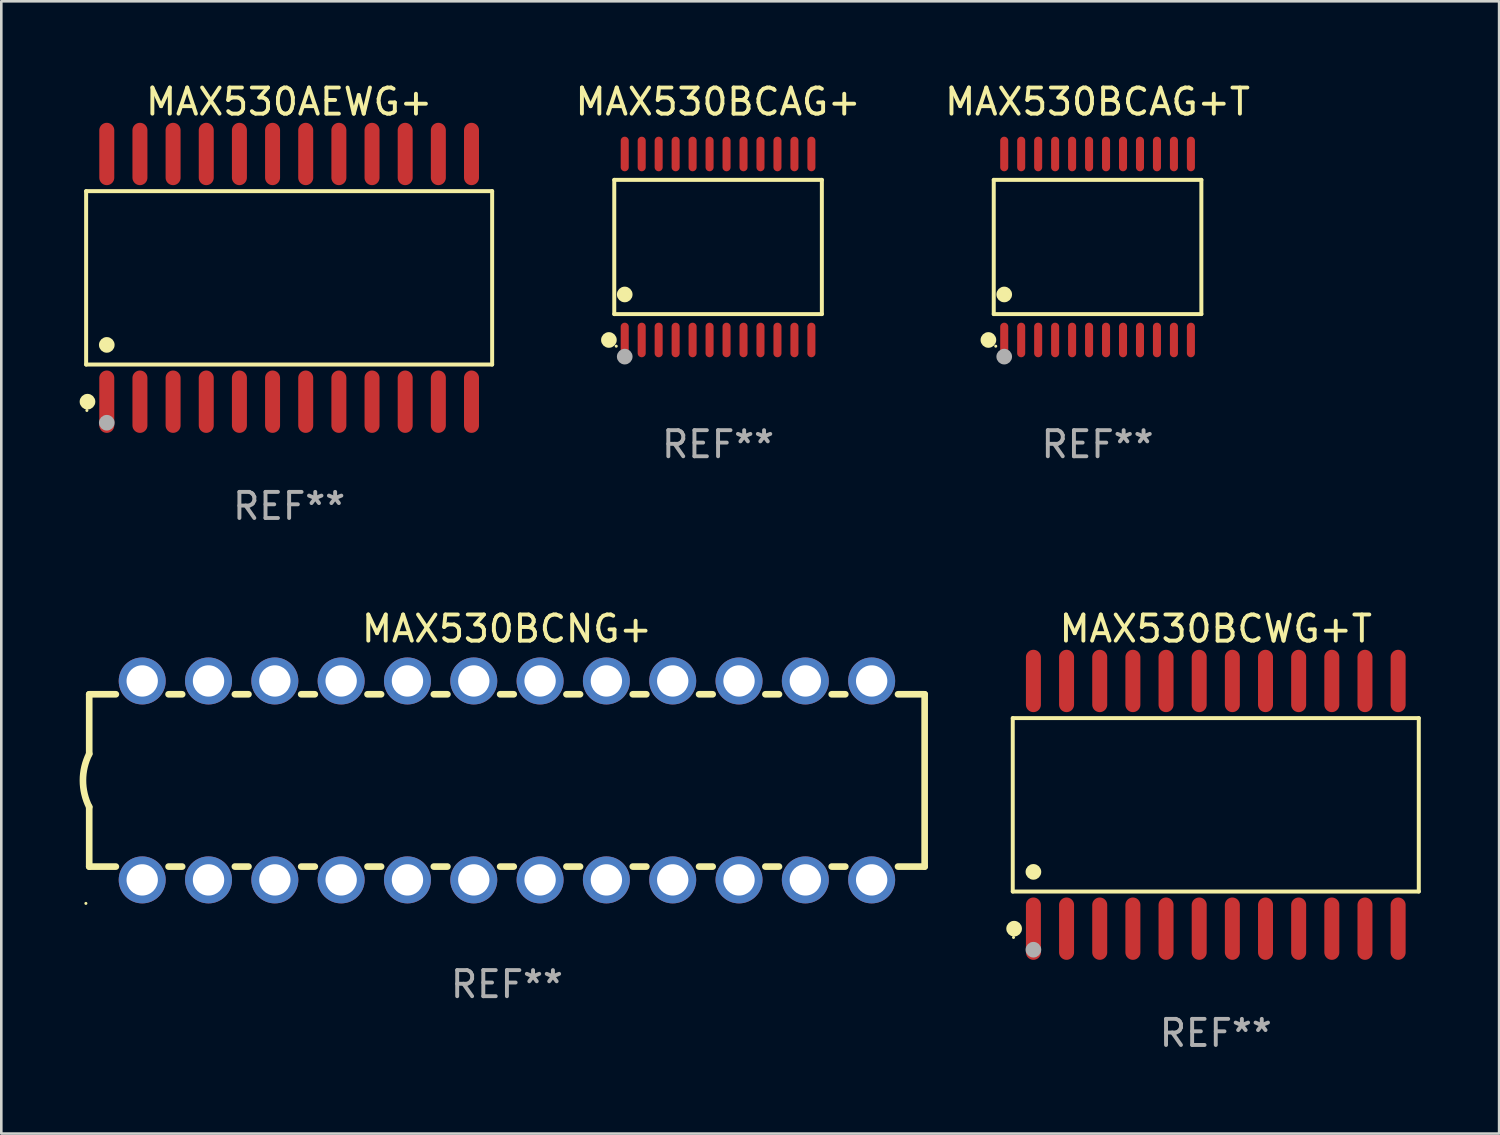
<source format=kicad_pcb>
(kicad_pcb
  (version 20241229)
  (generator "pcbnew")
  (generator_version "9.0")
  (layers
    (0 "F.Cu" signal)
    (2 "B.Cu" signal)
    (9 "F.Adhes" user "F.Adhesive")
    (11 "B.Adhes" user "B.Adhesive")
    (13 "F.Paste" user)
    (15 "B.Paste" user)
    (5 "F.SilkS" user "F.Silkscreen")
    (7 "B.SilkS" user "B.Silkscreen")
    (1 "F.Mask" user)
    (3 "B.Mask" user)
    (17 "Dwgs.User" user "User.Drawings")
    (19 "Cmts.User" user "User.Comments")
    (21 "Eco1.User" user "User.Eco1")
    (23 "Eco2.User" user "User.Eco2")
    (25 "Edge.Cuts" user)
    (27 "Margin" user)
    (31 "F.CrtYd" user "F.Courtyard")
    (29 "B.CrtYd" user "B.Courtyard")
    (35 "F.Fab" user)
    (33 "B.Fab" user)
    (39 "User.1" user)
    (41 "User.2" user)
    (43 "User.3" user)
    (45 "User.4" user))
  (footprint "MAX530BCAG+"
    (layer "F.Cu")
    (at 24.454 6.41)
    (property "Reference" "MAX530BCAG+" (at 0 -5.562 0) (layer "F.SilkS") (effects (font (size 1 1) (thickness 0.15))))
    (attr through_hole)
    (fp_line (start -3.976 -2.571) (end 3.976 -2.571) (stroke (width 0.152) (type solid)) (layer "F.SilkS"))
    (fp_line (start -3.976 2.571) (end -3.976 -2.571) (stroke (width 0.152) (type solid)) (layer "F.SilkS"))
    (fp_line (start 3.976 -2.571) (end 3.976 2.571) (stroke (width 0.152) (type solid)) (layer "F.SilkS"))
    (fp_line (start 3.976 2.571) (end -3.976 2.571) (stroke (width 0.152) (type solid)) (layer "F.SilkS"))
    (fp_circle (center -4.181 3.562) (end -4.031 3.562) (stroke (width 0.3) (type solid)) (fill no) (layer "F.SilkS"))
    (fp_circle (center -3.9 3.8) (end -3.87 3.8) (stroke (width 0.06) (type solid)) (fill no) (layer "F.SilkS"))
    (fp_circle (center -3.575 1.819) (end -3.425 1.819) (stroke (width 0.3) (type solid)) (fill no) (layer "F.SilkS"))
    (fp_circle (center -3.575 4.2) (end -3.425 4.2) (stroke (width 0.3) (type solid)) (fill no) (layer "F.Fab"))
    (fp_text user "REF**" (at 0 7.562 0) (layer "F.Fab") (effects (font (size 1 1) (thickness 0.15))))
    (pad "1" smd oval (at -3.575 3.562) (size 0.308 1.324) (layers "F.Cu" "F.Mask" "F.Paste"))
    (pad "2" smd oval (at -2.925 3.562) (size 0.308 1.324) (layers "F.Cu" "F.Mask" "F.Paste"))
    (pad "3" smd oval (at -2.275 3.562) (size 0.308 1.324) (layers "F.Cu" "F.Mask" "F.Paste"))
    (pad "4" smd oval (at -1.625 3.562) (size 0.308 1.324) (layers "F.Cu" "F.Mask" "F.Paste"))
    (pad "5" smd oval (at -0.975 3.562) (size 0.308 1.324) (layers "F.Cu" "F.Mask" "F.Paste"))
    (pad "6" smd oval (at -0.325 3.562) (size 0.308 1.324) (layers "F.Cu" "F.Mask" "F.Paste"))
    (pad "7" smd oval (at 0.325 3.562) (size 0.308 1.324) (layers "F.Cu" "F.Mask" "F.Paste"))
    (pad "8" smd oval (at 0.975 3.562) (size 0.308 1.324) (layers "F.Cu" "F.Mask" "F.Paste"))
    (pad "9" smd oval (at 1.625 3.562) (size 0.308 1.324) (layers "F.Cu" "F.Mask" "F.Paste"))
    (pad "10" smd oval (at 2.275 3.562) (size 0.308 1.324) (layers "F.Cu" "F.Mask" "F.Paste"))
    (pad "11" smd oval (at 2.925 3.562) (size 0.308 1.324) (layers "F.Cu" "F.Mask" "F.Paste"))
    (pad "12" smd oval (at 3.575 3.562) (size 0.308 1.324) (layers "F.Cu" "F.Mask" "F.Paste"))
    (pad "13" smd oval (at 3.575 -3.562) (size 0.308 1.324) (layers "F.Cu" "F.Mask" "F.Paste"))
    (pad "14" smd oval (at 2.925 -3.562) (size 0.308 1.324) (layers "F.Cu" "F.Mask" "F.Paste"))
    (pad "15" smd oval (at 2.275 -3.562) (size 0.308 1.324) (layers "F.Cu" "F.Mask" "F.Paste"))
    (pad "16" smd oval (at 1.625 -3.562) (size 0.308 1.324) (layers "F.Cu" "F.Mask" "F.Paste"))
    (pad "17" smd oval (at 0.975 -3.562) (size 0.308 1.324) (layers "F.Cu" "F.Mask" "F.Paste"))
    (pad "18" smd oval (at 0.325 -3.562) (size 0.308 1.324) (layers "F.Cu" "F.Mask" "F.Paste"))
    (pad "19" smd oval (at -0.325 -3.562) (size 0.308 1.324) (layers "F.Cu" "F.Mask" "F.Paste"))
    (pad "20" smd oval (at -0.975 -3.562) (size 0.308 1.324) (layers "F.Cu" "F.Mask" "F.Paste"))
    (pad "21" smd oval (at -1.625 -3.562) (size 0.308 1.324) (layers "F.Cu" "F.Mask" "F.Paste"))
    (pad "22" smd oval (at -2.275 -3.562) (size 0.308 1.324) (layers "F.Cu" "F.Mask" "F.Paste"))
    (pad "23" smd oval (at -2.925 -3.562) (size 0.308 1.324) (layers "F.Cu" "F.Mask" "F.Paste"))
    (pad "24" smd oval (at -3.575 -3.562) (size 0.308 1.324) (layers "F.Cu" "F.Mask" "F.Paste")))
  (footprint "MAX530BCAG+T"
    (layer "F.Cu")
    (at 38.99 6.41)
    (property "Reference" "MAX530BCAG+T" (at 0 -5.562 0) (layer "F.SilkS") (effects (font (size 1 1) (thickness 0.15))))
    (attr through_hole)
    (fp_line (start -3.976 -2.571) (end 3.976 -2.571) (stroke (width 0.152) (type solid)) (layer "F.SilkS"))
    (fp_line (start -3.976 2.571) (end -3.976 -2.571) (stroke (width 0.152) (type solid)) (layer "F.SilkS"))
    (fp_line (start 3.976 -2.571) (end 3.976 2.571) (stroke (width 0.152) (type solid)) (layer "F.SilkS"))
    (fp_line (start 3.976 2.571) (end -3.976 2.571) (stroke (width 0.152) (type solid)) (layer "F.SilkS"))
    (fp_circle (center -4.181 3.562) (end -4.031 3.562) (stroke (width 0.3) (type solid)) (fill no) (layer "F.SilkS"))
    (fp_circle (center -3.9 3.8) (end -3.87 3.8) (stroke (width 0.06) (type solid)) (fill no) (layer "F.SilkS"))
    (fp_circle (center -3.575 1.819) (end -3.425 1.819) (stroke (width 0.3) (type solid)) (fill no) (layer "F.SilkS"))
    (fp_circle (center -3.575 4.2) (end -3.425 4.2) (stroke (width 0.3) (type solid)) (fill no) (layer "F.Fab"))
    (fp_text user "REF**" (at 0 7.562 0) (layer "F.Fab") (effects (font (size 1 1) (thickness 0.15))))
    (pad "1" smd oval (at -3.575 3.562) (size 0.308 1.324) (layers "F.Cu" "F.Mask" "F.Paste"))
    (pad "2" smd oval (at -2.925 3.562) (size 0.308 1.324) (layers "F.Cu" "F.Mask" "F.Paste"))
    (pad "3" smd oval (at -2.275 3.562) (size 0.308 1.324) (layers "F.Cu" "F.Mask" "F.Paste"))
    (pad "4" smd oval (at -1.625 3.562) (size 0.308 1.324) (layers "F.Cu" "F.Mask" "F.Paste"))
    (pad "5" smd oval (at -0.975 3.562) (size 0.308 1.324) (layers "F.Cu" "F.Mask" "F.Paste"))
    (pad "6" smd oval (at -0.325 3.562) (size 0.308 1.324) (layers "F.Cu" "F.Mask" "F.Paste"))
    (pad "7" smd oval (at 0.325 3.562) (size 0.308 1.324) (layers "F.Cu" "F.Mask" "F.Paste"))
    (pad "8" smd oval (at 0.975 3.562) (size 0.308 1.324) (layers "F.Cu" "F.Mask" "F.Paste"))
    (pad "9" smd oval (at 1.625 3.562) (size 0.308 1.324) (layers "F.Cu" "F.Mask" "F.Paste"))
    (pad "10" smd oval (at 2.275 3.562) (size 0.308 1.324) (layers "F.Cu" "F.Mask" "F.Paste"))
    (pad "11" smd oval (at 2.925 3.562) (size 0.308 1.324) (layers "F.Cu" "F.Mask" "F.Paste"))
    (pad "12" smd oval (at 3.575 3.562) (size 0.308 1.324) (layers "F.Cu" "F.Mask" "F.Paste"))
    (pad "13" smd oval (at 3.575 -3.562) (size 0.308 1.324) (layers "F.Cu" "F.Mask" "F.Paste"))
    (pad "14" smd oval (at 2.925 -3.562) (size 0.308 1.324) (layers "F.Cu" "F.Mask" "F.Paste"))
    (pad "15" smd oval (at 2.275 -3.562) (size 0.308 1.324) (layers "F.Cu" "F.Mask" "F.Paste"))
    (pad "16" smd oval (at 1.625 -3.562) (size 0.308 1.324) (layers "F.Cu" "F.Mask" "F.Paste"))
    (pad "17" smd oval (at 0.975 -3.562) (size 0.308 1.324) (layers "F.Cu" "F.Mask" "F.Paste"))
    (pad "18" smd oval (at 0.325 -3.562) (size 0.308 1.324) (layers "F.Cu" "F.Mask" "F.Paste"))
    (pad "19" smd oval (at -0.325 -3.562) (size 0.308 1.324) (layers "F.Cu" "F.Mask" "F.Paste"))
    (pad "20" smd oval (at -0.975 -3.562) (size 0.308 1.324) (layers "F.Cu" "F.Mask" "F.Paste"))
    (pad "21" smd oval (at -1.625 -3.562) (size 0.308 1.324) (layers "F.Cu" "F.Mask" "F.Paste"))
    (pad "22" smd oval (at -2.275 -3.562) (size 0.308 1.324) (layers "F.Cu" "F.Mask" "F.Paste"))
    (pad "23" smd oval (at -2.925 -3.562) (size 0.308 1.324) (layers "F.Cu" "F.Mask" "F.Paste"))
    (pad "24" smd oval (at -3.575 -3.562) (size 0.308 1.324) (layers "F.Cu" "F.Mask" "F.Paste")))
  (footprint "MAX530BCWG+T"
    (layer "F.Cu")
    (at 43.518 27.777)
    (property "Reference" "MAX530BCWG+T" (at 0 -6.744 0) (layer "F.SilkS") (effects (font (size 1 1) (thickness 0.15))))
    (attr through_hole)
    (fp_line (start -7.776 -3.321) (end 7.776 -3.321) (stroke (width 0.152) (type solid)) (layer "F.SilkS"))
    (fp_line (start -7.776 3.321) (end -7.776 -3.321) (stroke (width 0.152) (type solid)) (layer "F.SilkS"))
    (fp_line (start 7.776 -3.321) (end 7.776 3.321) (stroke (width 0.152) (type solid)) (layer "F.SilkS"))
    (fp_line (start 7.776 3.321) (end -7.776 3.321) (stroke (width 0.152) (type solid)) (layer "F.SilkS"))
    (fp_circle (center -7.747 5.08) (end -7.717 5.08) (stroke (width 0.06) (type solid)) (fill no) (layer "F.SilkS"))
    (fp_circle (center -7.724 4.744) (end -7.574 4.744) (stroke (width 0.3) (type solid)) (fill no) (layer "F.SilkS"))
    (fp_circle (center -6.985 2.569) (end -6.835 2.569) (stroke (width 0.3) (type solid)) (fill no) (layer "F.SilkS"))
    (fp_circle (center -6.985 5.55) (end -6.835 5.55) (stroke (width 0.3) (type solid)) (fill no) (layer "F.Fab"))
    (fp_text user "REF**" (at 0 8.744 0) (layer "F.Fab") (effects (font (size 1 1) (thickness 0.15))))
    (pad "1" smd oval (at -6.985 4.744) (size 0.574 2.388) (layers "F.Cu" "F.Mask" "F.Paste"))
    (pad "2" smd oval (at -5.715 4.744) (size 0.574 2.388) (layers "F.Cu" "F.Mask" "F.Paste"))
    (pad "3" smd oval (at -4.445 4.744) (size 0.574 2.388) (layers "F.Cu" "F.Mask" "F.Paste"))
    (pad "4" smd oval (at -3.175 4.744) (size 0.574 2.388) (layers "F.Cu" "F.Mask" "F.Paste"))
    (pad "5" smd oval (at -1.905 4.744) (size 0.574 2.388) (layers "F.Cu" "F.Mask" "F.Paste"))
    (pad "6" smd oval (at -0.635 4.744) (size 0.574 2.388) (layers "F.Cu" "F.Mask" "F.Paste"))
    (pad "7" smd oval (at 0.635 4.744) (size 0.574 2.388) (layers "F.Cu" "F.Mask" "F.Paste"))
    (pad "8" smd oval (at 1.905 4.744) (size 0.574 2.388) (layers "F.Cu" "F.Mask" "F.Paste"))
    (pad "9" smd oval (at 3.175 4.744) (size 0.574 2.388) (layers "F.Cu" "F.Mask" "F.Paste"))
    (pad "10" smd oval (at 4.445 4.744) (size 0.574 2.388) (layers "F.Cu" "F.Mask" "F.Paste"))
    (pad "11" smd oval (at 5.715 4.744) (size 0.574 2.388) (layers "F.Cu" "F.Mask" "F.Paste"))
    (pad "12" smd oval (at 6.985 4.744) (size 0.574 2.388) (layers "F.Cu" "F.Mask" "F.Paste"))
    (pad "13" smd oval (at 6.985 -4.744) (size 0.574 2.388) (layers "F.Cu" "F.Mask" "F.Paste"))
    (pad "14" smd oval (at 5.715 -4.744) (size 0.574 2.388) (layers "F.Cu" "F.Mask" "F.Paste"))
    (pad "15" smd oval (at 4.445 -4.744) (size 0.574 2.388) (layers "F.Cu" "F.Mask" "F.Paste"))
    (pad "16" smd oval (at 3.175 -4.744) (size 0.574 2.388) (layers "F.Cu" "F.Mask" "F.Paste"))
    (pad "17" smd oval (at 1.905 -4.744) (size 0.574 2.388) (layers "F.Cu" "F.Mask" "F.Paste"))
    (pad "18" smd oval (at 0.635 -4.744) (size 0.574 2.388) (layers "F.Cu" "F.Mask" "F.Paste"))
    (pad "19" smd oval (at -0.635 -4.744) (size 0.574 2.388) (layers "F.Cu" "F.Mask" "F.Paste"))
    (pad "20" smd oval (at -1.905 -4.744) (size 0.574 2.388) (layers "F.Cu" "F.Mask" "F.Paste"))
    (pad "21" smd oval (at -3.175 -4.744) (size 0.574 2.388) (layers "F.Cu" "F.Mask" "F.Paste"))
    (pad "22" smd oval (at -4.445 -4.744) (size 0.574 2.388) (layers "F.Cu" "F.Mask" "F.Paste"))
    (pad "23" smd oval (at -5.715 -4.744) (size 0.574 2.388) (layers "F.Cu" "F.Mask" "F.Paste"))
    (pad "24" smd oval (at -6.985 -4.744) (size 0.574 2.388) (layers "F.Cu" "F.Mask" "F.Paste")))
  (footprint "MAX530AEWG+"
    (layer "F.Cu")
    (at 8.025 7.592)
    (property "Reference" "MAX530AEWG+" (at 0 -6.744 0) (layer "F.SilkS") (effects (font (size 1 1) (thickness 0.15))))
    (attr through_hole)
    (fp_line (start -7.776 -3.321) (end 7.776 -3.321) (stroke (width 0.152) (type solid)) (layer "F.SilkS"))
    (fp_line (start -7.776 3.321) (end -7.776 -3.321) (stroke (width 0.152) (type solid)) (layer "F.SilkS"))
    (fp_line (start 7.776 -3.321) (end 7.776 3.321) (stroke (width 0.152) (type solid)) (layer "F.SilkS"))
    (fp_line (start 7.776 3.321) (end -7.776 3.321) (stroke (width 0.152) (type solid)) (layer "F.SilkS"))
    (fp_circle (center -7.747 5.08) (end -7.717 5.08) (stroke (width 0.06) (type solid)) (fill no) (layer "F.SilkS"))
    (fp_circle (center -7.724 4.744) (end -7.574 4.744) (stroke (width 0.3) (type solid)) (fill no) (layer "F.SilkS"))
    (fp_circle (center -6.985 2.569) (end -6.835 2.569) (stroke (width 0.3) (type solid)) (fill no) (layer "F.SilkS"))
    (fp_circle (center -6.985 5.55) (end -6.835 5.55) (stroke (width 0.3) (type solid)) (fill no) (layer "F.Fab"))
    (fp_text user "REF**" (at 0 8.744 0) (layer "F.Fab") (effects (font (size 1 1) (thickness 0.15))))
    (pad "1" smd oval (at -6.985 4.744) (size 0.574 2.388) (layers "F.Cu" "F.Mask" "F.Paste"))
    (pad "2" smd oval (at -5.715 4.744) (size 0.574 2.388) (layers "F.Cu" "F.Mask" "F.Paste"))
    (pad "3" smd oval (at -4.445 4.744) (size 0.574 2.388) (layers "F.Cu" "F.Mask" "F.Paste"))
    (pad "4" smd oval (at -3.175 4.744) (size 0.574 2.388) (layers "F.Cu" "F.Mask" "F.Paste"))
    (pad "5" smd oval (at -1.905 4.744) (size 0.574 2.388) (layers "F.Cu" "F.Mask" "F.Paste"))
    (pad "6" smd oval (at -0.635 4.744) (size 0.574 2.388) (layers "F.Cu" "F.Mask" "F.Paste"))
    (pad "7" smd oval (at 0.635 4.744) (size 0.574 2.388) (layers "F.Cu" "F.Mask" "F.Paste"))
    (pad "8" smd oval (at 1.905 4.744) (size 0.574 2.388) (layers "F.Cu" "F.Mask" "F.Paste"))
    (pad "9" smd oval (at 3.175 4.744) (size 0.574 2.388) (layers "F.Cu" "F.Mask" "F.Paste"))
    (pad "10" smd oval (at 4.445 4.744) (size 0.574 2.388) (layers "F.Cu" "F.Mask" "F.Paste"))
    (pad "11" smd oval (at 5.715 4.744) (size 0.574 2.388) (layers "F.Cu" "F.Mask" "F.Paste"))
    (pad "12" smd oval (at 6.985 4.744) (size 0.574 2.388) (layers "F.Cu" "F.Mask" "F.Paste"))
    (pad "13" smd oval (at 6.985 -4.744) (size 0.574 2.388) (layers "F.Cu" "F.Mask" "F.Paste"))
    (pad "14" smd oval (at 5.715 -4.744) (size 0.574 2.388) (layers "F.Cu" "F.Mask" "F.Paste"))
    (pad "15" smd oval (at 4.445 -4.744) (size 0.574 2.388) (layers "F.Cu" "F.Mask" "F.Paste"))
    (pad "16" smd oval (at 3.175 -4.744) (size 0.574 2.388) (layers "F.Cu" "F.Mask" "F.Paste"))
    (pad "17" smd oval (at 1.905 -4.744) (size 0.574 2.388) (layers "F.Cu" "F.Mask" "F.Paste"))
    (pad "18" smd oval (at 0.635 -4.744) (size 0.574 2.388) (layers "F.Cu" "F.Mask" "F.Paste"))
    (pad "19" smd oval (at -0.635 -4.744) (size 0.574 2.388) (layers "F.Cu" "F.Mask" "F.Paste"))
    (pad "20" smd oval (at -1.905 -4.744) (size 0.574 2.388) (layers "F.Cu" "F.Mask" "F.Paste"))
    (pad "21" smd oval (at -3.175 -4.744) (size 0.574 2.388) (layers "F.Cu" "F.Mask" "F.Paste"))
    (pad "22" smd oval (at -4.445 -4.744) (size 0.574 2.388) (layers "F.Cu" "F.Mask" "F.Paste"))
    (pad "23" smd oval (at -5.715 -4.744) (size 0.574 2.388) (layers "F.Cu" "F.Mask" "F.Paste"))
    (pad "24" smd oval (at -6.985 -4.744) (size 0.574 2.388) (layers "F.Cu" "F.Mask" "F.Paste")))
  (footprint "MAX530BCNG+"
    (layer "F.Cu")
    (at 16.367 26.843)
    (property "Reference" "MAX530BCNG+" (at 0 -5.81 0) (layer "F.SilkS") (effects (font (size 1 1) (thickness 0.15))))
    (attr through_hole)
    (fp_line (start -16 -3.3) (end -16 -1.017) (stroke (width 0.254) (type solid)) (layer "F.SilkS"))
    (fp_line (start -16 -3.3) (end -14.979 -3.3) (stroke (width 0.254) (type solid)) (layer "F.SilkS"))
    (fp_line (start -16 3.3) (end -16 1.015) (stroke (width 0.254) (type solid)) (layer "F.SilkS"))
    (fp_line (start -14.979 3.3) (end -16 3.3) (stroke (width 0.254) (type solid)) (layer "F.SilkS"))
    (fp_line (start -12.961 -3.3) (end -12.439 -3.3) (stroke (width 0.254) (type solid)) (layer "F.SilkS"))
    (fp_line (start -12.439 3.3) (end -12.961 3.3) (stroke (width 0.254) (type solid)) (layer "F.SilkS"))
    (fp_line (start -10.421 -3.3) (end -9.899 -3.3) (stroke (width 0.254) (type solid)) (layer "F.SilkS"))
    (fp_line (start -9.899 3.3) (end -10.421 3.3) (stroke (width 0.254) (type solid)) (layer "F.SilkS"))
    (fp_line (start -7.881 -3.3) (end -7.359 -3.3) (stroke (width 0.254) (type solid)) (layer "F.SilkS"))
    (fp_line (start -7.359 3.3) (end -7.881 3.3) (stroke (width 0.254) (type solid)) (layer "F.SilkS"))
    (fp_line (start -5.341 -3.3) (end -4.819 -3.3) (stroke (width 0.254) (type solid)) (layer "F.SilkS"))
    (fp_line (start -4.819 3.3) (end -5.341 3.3) (stroke (width 0.254) (type solid)) (layer "F.SilkS"))
    (fp_line (start -2.801 -3.3) (end -2.279 -3.3) (stroke (width 0.254) (type solid)) (layer "F.SilkS"))
    (fp_line (start -2.279 3.3) (end -2.801 3.3) (stroke (width 0.254) (type solid)) (layer "F.SilkS"))
    (fp_line (start -0.261 -3.3) (end 0.261 -3.3) (stroke (width 0.254) (type solid)) (layer "F.SilkS"))
    (fp_line (start 0.261 3.3) (end -0.261 3.3) (stroke (width 0.254) (type solid)) (layer "F.SilkS"))
    (fp_line (start 2.279 -3.3) (end 2.801 -3.3) (stroke (width 0.254) (type solid)) (layer "F.SilkS"))
    (fp_line (start 2.801 3.3) (end 2.279 3.3) (stroke (width 0.254) (type solid)) (layer "F.SilkS"))
    (fp_line (start 4.819 -3.3) (end 5.341 -3.3) (stroke (width 0.254) (type solid)) (layer "F.SilkS"))
    (fp_line (start 5.341 3.3) (end 4.819 3.3) (stroke (width 0.254) (type solid)) (layer "F.SilkS"))
    (fp_line (start 7.359 -3.3) (end 7.881 -3.3) (stroke (width 0.254) (type solid)) (layer "F.SilkS"))
    (fp_line (start 7.881 3.3) (end 7.359 3.3) (stroke (width 0.254) (type solid)) (layer "F.SilkS"))
    (fp_line (start 9.899 -3.3) (end 10.421 -3.3) (stroke (width 0.254) (type solid)) (layer "F.SilkS"))
    (fp_line (start 10.421 3.3) (end 9.899 3.3) (stroke (width 0.254) (type solid)) (layer "F.SilkS"))
    (fp_line (start 12.439 -3.3) (end 12.961 -3.3) (stroke (width 0.254) (type solid)) (layer "F.SilkS"))
    (fp_line (start 12.961 3.3) (end 12.439 3.3) (stroke (width 0.254) (type solid)) (layer "F.SilkS"))
    (fp_line (start 14.979 -3.3) (end 16 -3.3) (stroke (width 0.254) (type solid)) (layer "F.SilkS"))
    (fp_line (start 16 -3.3) (end 16 3.3) (stroke (width 0.254) (type solid)) (layer "F.SilkS"))
    (fp_line (start 16 3.3) (end 14.979 3.3) (stroke (width 0.254) (type solid)) (layer "F.SilkS"))
    (fp_arc (start -16.000025 1.01524) (mid -16.239871 -0.000762) (end -16.000025 -1.016764) (stroke (width 0.254001) (type solid)) (layer "F.SilkS"))
    (fp_circle (center -16.127 4.71) (end -16.097 4.71) (stroke (width 0.06) (type solid)) (fill no) (layer "F.SilkS"))
    (fp_text user "REF**" (at 0 7.81 0) (layer "F.Fab") (effects (font (size 1 1) (thickness 0.15))))
    (pad "1" thru_hole circle (at -13.97 3.81) (size 1.8 1.8) (drill 1.2) (layers "*.Cu" "*.Mask"))
    (pad "2" thru_hole circle (at -11.43 3.81) (size 1.8 1.8) (drill 1.2) (layers "*.Cu" "*.Mask"))
    (pad "3" thru_hole circle (at -8.89 3.81) (size 1.8 1.8) (drill 1.2) (layers "*.Cu" "*.Mask"))
    (pad "4" thru_hole circle (at -6.35 3.81) (size 1.8 1.8) (drill 1.2) (layers "*.Cu" "*.Mask"))
    (pad "5" thru_hole circle (at -3.81 3.81) (size 1.8 1.8) (drill 1.2) (layers "*.Cu" "*.Mask"))
    (pad "6" thru_hole circle (at -1.27 3.81) (size 1.8 1.8) (drill 1.2) (layers "*.Cu" "*.Mask"))
    (pad "7" thru_hole circle (at 1.27 3.81) (size 1.8 1.8) (drill 1.2) (layers "*.Cu" "*.Mask"))
    (pad "8" thru_hole circle (at 3.81 3.81) (size 1.8 1.8) (drill 1.2) (layers "*.Cu" "*.Mask"))
    (pad "9" thru_hole circle (at 6.35 3.81) (size 1.8 1.8) (drill 1.2) (layers "*.Cu" "*.Mask"))
    (pad "10" thru_hole circle (at 8.89 3.81) (size 1.8 1.8) (drill 1.2) (layers "*.Cu" "*.Mask"))
    (pad "11" thru_hole circle (at 11.43 3.81) (size 1.8 1.8) (drill 1.2) (layers "*.Cu" "*.Mask"))
    (pad "12" thru_hole circle (at 13.97 3.81) (size 1.8 1.8) (drill 1.2) (layers "*.Cu" "*.Mask"))
    (pad "13" thru_hole circle (at 13.97 -3.81) (size 1.8 1.8) (drill 1.2) (layers "*.Cu" "*.Mask"))
    (pad "14" thru_hole circle (at 11.43 -3.81) (size 1.8 1.8) (drill 1.2) (layers "*.Cu" "*.Mask"))
    (pad "15" thru_hole circle (at 8.89 -3.81) (size 1.8 1.8) (drill 1.2) (layers "*.Cu" "*.Mask"))
    (pad "16" thru_hole circle (at 6.35 -3.81) (size 1.8 1.8) (drill 1.2) (layers "*.Cu" "*.Mask"))
    (pad "17" thru_hole circle (at 3.81 -3.81) (size 1.8 1.8) (drill 1.2) (layers "*.Cu" "*.Mask"))
    (pad "18" thru_hole circle (at 1.27 -3.81) (size 1.8 1.8) (drill 1.2) (layers "*.Cu" "*.Mask"))
    (pad "19" thru_hole circle (at -1.27 -3.81) (size 1.8 1.8) (drill 1.2) (layers "*.Cu" "*.Mask"))
    (pad "20" thru_hole circle (at -3.81 -3.81) (size 1.8 1.8) (drill 1.2) (layers "*.Cu" "*.Mask"))
    (pad "21" thru_hole circle (at -6.35 -3.81) (size 1.8 1.8) (drill 1.2) (layers "*.Cu" "*.Mask"))
    (pad "22" thru_hole circle (at -8.89 -3.81) (size 1.8 1.8) (drill 1.2) (layers "*.Cu" "*.Mask"))
    (pad "23" thru_hole circle (at -11.43 -3.81) (size 1.8 1.8) (drill 1.2) (layers "*.Cu" "*.Mask"))
    (pad "24" thru_hole circle (at -13.97 -3.81) (size 1.8 1.8) (drill 1.2) (layers "*.Cu" "*.Mask")))
  (gr_rect
    (start -3 -3)
    (end 54.371 40.369)
    (stroke (width 0.1) (type default))
    (fill no)
    (layer "Edge.Cuts")))
</source>
